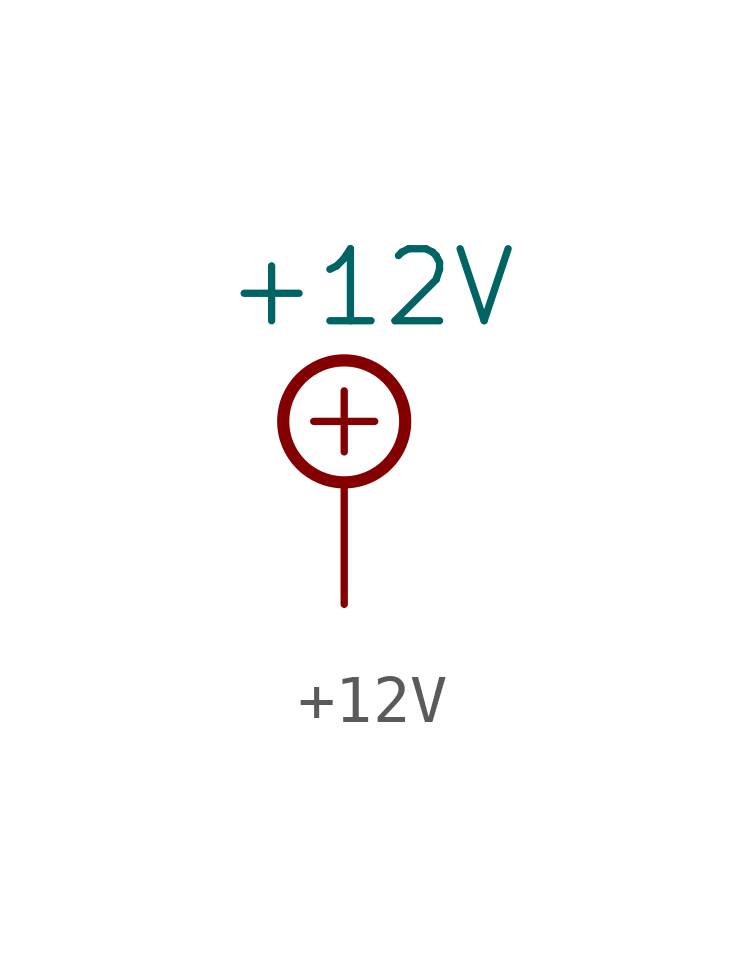
<source format=kicad_sym>
(kicad_symbol_lib
  (version 20211014)
  (generator kicad_symbol_editor)
  (symbol "+12V"
    (power)
    (pin_names
      (offset 1.016))
    (property "Reference" "#SUPPLY"
      (at 0 0 0)
      (effects (font (size 1.27 1.27)) hide))
    (property "Value" "+12V"
      (at -2.54 3.175 0)
      (effects (font (size 1.499 1.499)) (justify left bottom)))
    (property "ki_locked" ""
      (at 0 0 0)
      (effects (font (size 1.27 1.27))))
    (symbol "+12V_1_0"
      (polyline (pts (xy -0.635 1.27) (xy 0.635 1.27)) (stroke (width 0) (type default) (color 0 0 0 0)) (fill (type none)))
      (polyline (pts (xy 0 1.905) (xy 0 0.635)) (stroke (width 0) (type default) (color 0 0 0 0)) (fill (type none)))
      (circle (center 0 1.27) (radius 1.27) (stroke (width 0.254) (type default) (color 0 0 0 0)) (fill (type none)))
      (pin power_in line (at 0 -2.54 90) (length 2.54) (name "+12V" (effects (font (size 0 0)))) (number "1" (effects (font (size 0 0))))))))
</source>
